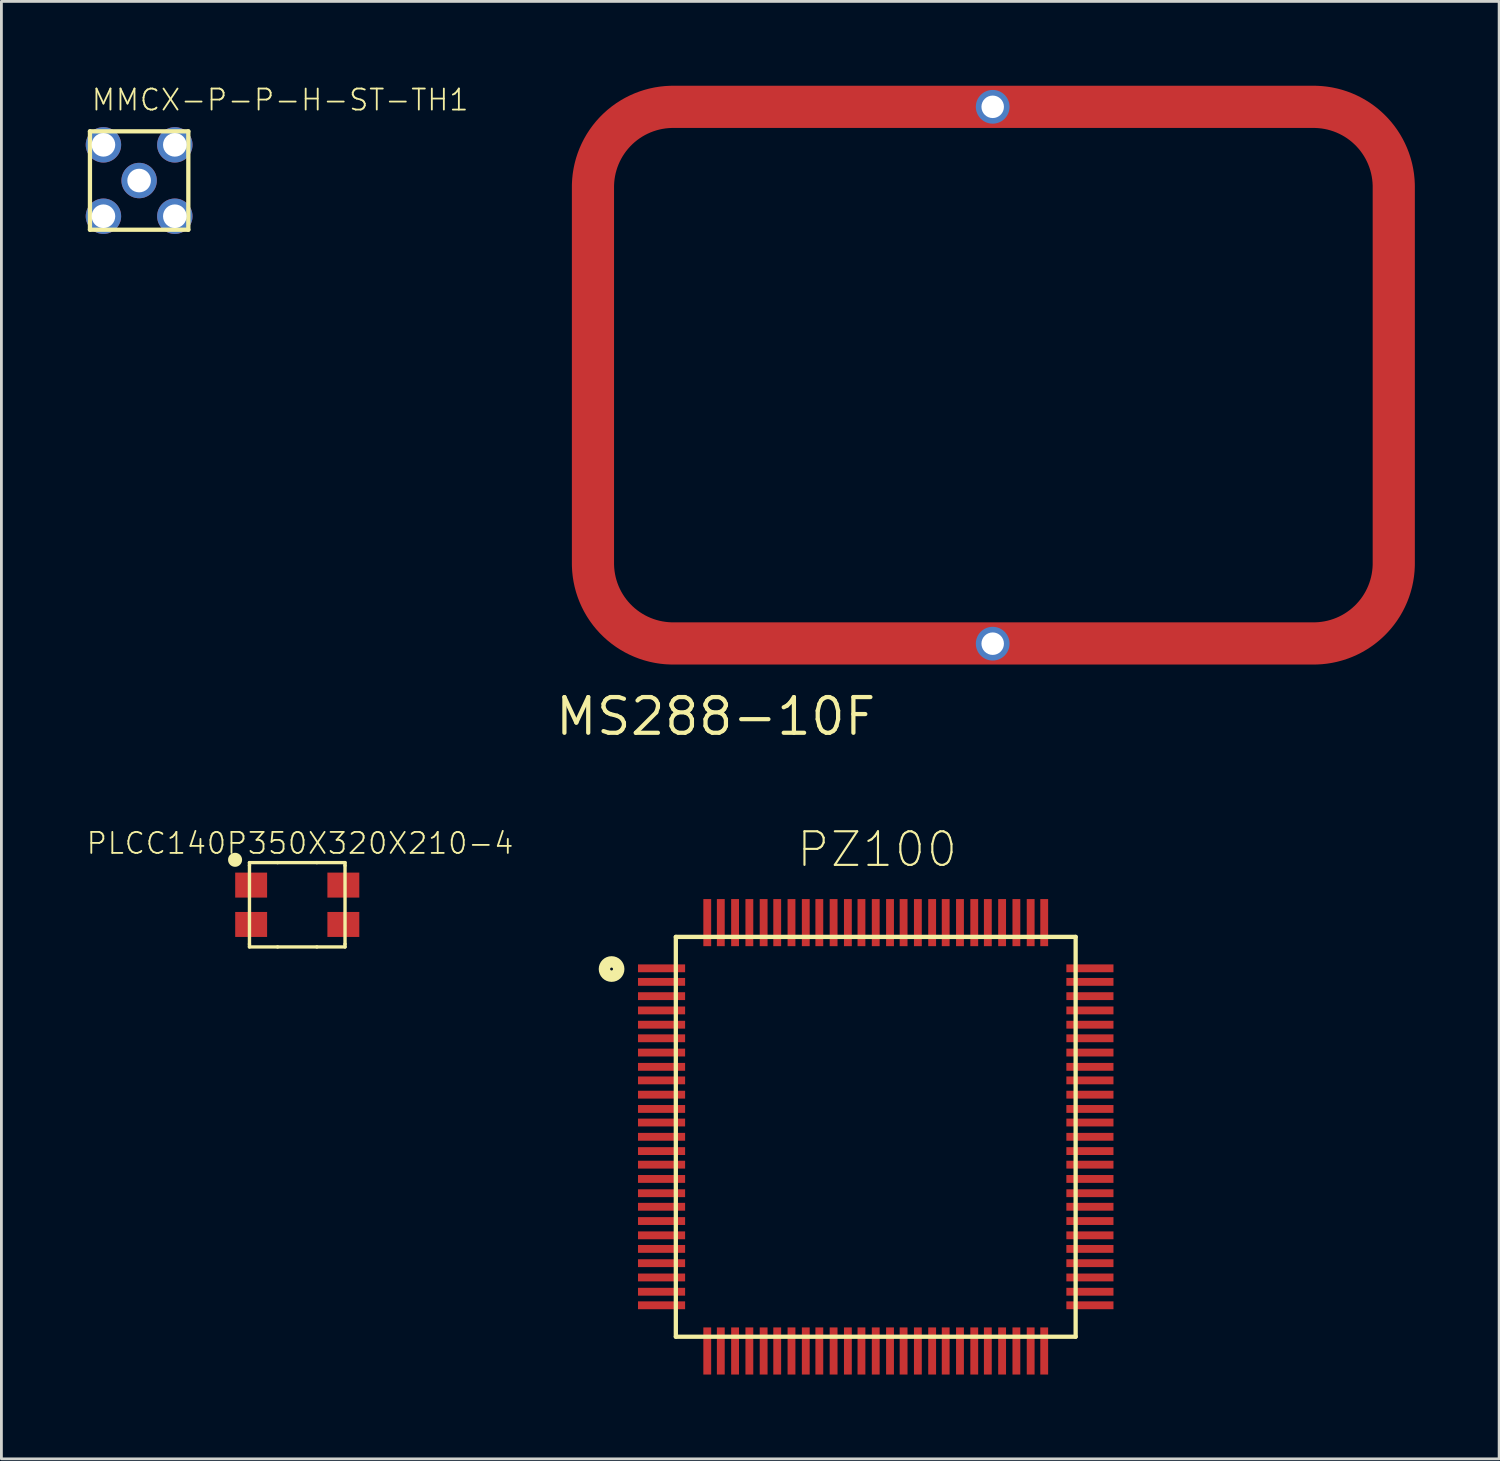
<source format=kicad_pcb>
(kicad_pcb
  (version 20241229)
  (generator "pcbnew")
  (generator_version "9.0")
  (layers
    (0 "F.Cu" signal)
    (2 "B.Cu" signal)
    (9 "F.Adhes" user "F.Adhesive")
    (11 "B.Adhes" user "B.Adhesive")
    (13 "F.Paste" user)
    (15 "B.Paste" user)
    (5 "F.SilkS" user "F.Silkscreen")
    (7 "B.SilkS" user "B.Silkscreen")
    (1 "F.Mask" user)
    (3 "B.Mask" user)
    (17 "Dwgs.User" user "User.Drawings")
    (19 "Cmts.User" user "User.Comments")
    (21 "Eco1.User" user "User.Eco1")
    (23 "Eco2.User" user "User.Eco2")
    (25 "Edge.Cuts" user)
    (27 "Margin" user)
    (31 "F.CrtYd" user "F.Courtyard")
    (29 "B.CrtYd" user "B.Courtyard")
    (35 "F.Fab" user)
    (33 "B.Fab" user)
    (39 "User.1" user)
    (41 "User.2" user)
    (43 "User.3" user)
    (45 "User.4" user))
  (footprint "MS288-10F"
    (layer "F.Cu")
    (at 18.017 19.85)
    (property "Reference" "MS288-10F" (at 4.396 2.59 0) (unlocked yes) (layer "F.SilkS") (effects (font (size 1.27 1.27) (thickness 0.15))))
    (fp_line (start 0 -2.86) (end 0 -16.25) (stroke (width 1.5) (type solid)) (layer "F.Paste"))
    (fp_line (start 2.85 -19.1) (end 25.64 -19.1) (stroke (width 1.5) (type solid)) (layer "F.Paste"))
    (fp_line (start 25.64 -0.01) (end 2.85 -0.01) (stroke (width 1.5) (type solid)) (layer "F.Paste"))
    (fp_line (start 28.49 -16.25) (end 28.49 -2.86) (stroke (width 1.5) (type solid)) (layer "F.Paste"))
    (pad "1" thru_hole circle (at 14.25 -19.1) (size 1.2 1.2) (drill 0.8) (layers "*.Cu" "*.Mask"))
    (pad "1" smd custom (at 14.25 -19.1) (size 1.2 1.2) (layers "F.Cu" "F.Mask" "F.Paste") (options (anchor circle)) (primitives (gr_poly (pts (arc (start -11.371254 0.000746) (mid -13.386508 0.835492) (end -14.221254 2.850746)) (arc (start -14.221254 16.240746) (mid -13.386508 18.256) (end -11.371254 19.090746)) (arc (start 11.418746 19.090746) (mid 13.433999 18.255999) (end 14.268746 16.240746)) (arc (start 14.268746 2.850746) (mid 13.433998 0.835494) (end 11.418746 0.000746))) (width 1.5) (fill no)) (gr_poly (pts (arc (start -11.371254 0.002) (mid -13.386508 0.836746) (end -14.221254 2.852)) (arc (start -14.221254 16.242) (mid -13.386508 18.257254) (end -11.371254 19.092)) (arc (start 11.418746 19.092) (mid 13.433999 18.257253) (end 14.268746 16.242)) (arc (start 14.268746 2.852) (mid 13.433998 0.836748) (end 11.418746 0.002))) (width 1.5) (fill no))))
    (pad "1" thru_hole circle (at 14.25 0) (size 1.2 1.2) (drill 0.8) (layers "*.Cu" "*.Mask")))
  (footprint "PZ100"
    (layer "F.Cu")
    (at 28.106 37.394)
    (property "Reference" "PZ100" (at -2.87 -9.525 0) (unlocked yes) (layer "F.SilkS") (effects (font (size 1.194 1.194) (thickness 0.076)) (justify left bottom)))
    (fp_line (start -7.112 -7.112) (end -7.112 7.112) (stroke (width 0.152) (type solid)) (layer "F.SilkS"))
    (fp_line (start -7.112 7.112) (end 7.112 7.112) (stroke (width 0.152) (type solid)) (layer "F.SilkS"))
    (fp_line (start 7.112 -7.112) (end -7.112 -7.112) (stroke (width 0.152) (type solid)) (layer "F.SilkS"))
    (fp_line (start 7.112 7.112) (end 7.112 -7.112) (stroke (width 0.152) (type solid)) (layer "F.SilkS"))
    (fp_circle (center -9.398 -5.969) (end -9.144 -5.969) (stroke (width 0.406) (type solid)) (fill no) (layer "F.SilkS"))
    (pad "1" smd rect (at -7.62 -5.994 270) (size 0.279 1.676) (layers "F.Cu" "F.Mask" "F.Paste"))
    (pad "2" smd rect (at -7.62 -5.512 270) (size 0.279 1.676) (layers "F.Cu" "F.Mask" "F.Paste"))
    (pad "3" smd rect (at -7.62 -5.004 270) (size 0.279 1.676) (layers "F.Cu" "F.Mask" "F.Paste"))
    (pad "4" smd rect (at -7.62 -4.496 270) (size 0.279 1.676) (layers "F.Cu" "F.Mask" "F.Paste"))
    (pad "5" smd rect (at -7.62 -3.988 270) (size 0.279 1.676) (layers "F.Cu" "F.Mask" "F.Paste"))
    (pad "6" smd rect (at -7.62 -3.505 270) (size 0.279 1.676) (layers "F.Cu" "F.Mask" "F.Paste"))
    (pad "7" smd rect (at -7.62 -2.997 270) (size 0.279 1.676) (layers "F.Cu" "F.Mask" "F.Paste"))
    (pad "8" smd rect (at -7.62 -2.489 270) (size 0.279 1.676) (layers "F.Cu" "F.Mask" "F.Paste"))
    (pad "9" smd rect (at -7.62 -2.007 270) (size 0.279 1.676) (layers "F.Cu" "F.Mask" "F.Paste"))
    (pad "10" smd rect (at -7.62 -1.499 270) (size 0.279 1.676) (layers "F.Cu" "F.Mask" "F.Paste"))
    (pad "11" smd rect (at -7.62 -0.991 270) (size 0.279 1.676) (layers "F.Cu" "F.Mask" "F.Paste"))
    (pad "12" smd rect (at -7.62 -0.508 270) (size 0.279 1.676) (layers "F.Cu" "F.Mask" "F.Paste"))
    (pad "13" smd rect (at -7.62 0 270) (size 0.279 1.676) (layers "F.Cu" "F.Mask" "F.Paste"))
    (pad "14" smd rect (at -7.62 0.508 270) (size 0.279 1.676) (layers "F.Cu" "F.Mask" "F.Paste"))
    (pad "15" smd rect (at -7.62 0.991 270) (size 0.279 1.676) (layers "F.Cu" "F.Mask" "F.Paste"))
    (pad "16" smd rect (at -7.62 1.499 270) (size 0.279 1.676) (layers "F.Cu" "F.Mask" "F.Paste"))
    (pad "17" smd rect (at -7.62 2.007 270) (size 0.279 1.676) (layers "F.Cu" "F.Mask" "F.Paste"))
    (pad "18" smd rect (at -7.62 2.489 270) (size 0.279 1.676) (layers "F.Cu" "F.Mask" "F.Paste"))
    (pad "19" smd rect (at -7.62 2.997 270) (size 0.279 1.676) (layers "F.Cu" "F.Mask" "F.Paste"))
    (pad "20" smd rect (at -7.62 3.505 270) (size 0.279 1.676) (layers "F.Cu" "F.Mask" "F.Paste"))
    (pad "21" smd rect (at -7.62 3.988 270) (size 0.279 1.676) (layers "F.Cu" "F.Mask" "F.Paste"))
    (pad "22" smd rect (at -7.62 4.496 270) (size 0.279 1.676) (layers "F.Cu" "F.Mask" "F.Paste"))
    (pad "23" smd rect (at -7.62 5.004 270) (size 0.279 1.676) (layers "F.Cu" "F.Mask" "F.Paste"))
    (pad "24" smd rect (at -7.62 5.512 270) (size 0.279 1.676) (layers "F.Cu" "F.Mask" "F.Paste"))
    (pad "25" smd rect (at -7.62 5.994 270) (size 0.279 1.676) (layers "F.Cu" "F.Mask" "F.Paste"))
    (pad "26" smd rect (at -5.994 7.62 180) (size 0.279 1.676) (layers "F.Cu" "F.Mask" "F.Paste"))
    (pad "27" smd rect (at -5.512 7.62 180) (size 0.279 1.676) (layers "F.Cu" "F.Mask" "F.Paste"))
    (pad "28" smd rect (at -5.004 7.62 180) (size 0.279 1.676) (layers "F.Cu" "F.Mask" "F.Paste"))
    (pad "29" smd rect (at -4.496 7.62 180) (size 0.279 1.676) (layers "F.Cu" "F.Mask" "F.Paste"))
    (pad "30" smd rect (at -3.988 7.62 180) (size 0.279 1.676) (layers "F.Cu" "F.Mask" "F.Paste"))
    (pad "31" smd rect (at -3.505 7.62 180) (size 0.279 1.676) (layers "F.Cu" "F.Mask" "F.Paste"))
    (pad "32" smd rect (at -2.997 7.62 180) (size 0.279 1.676) (layers "F.Cu" "F.Mask" "F.Paste"))
    (pad "33" smd rect (at -2.489 7.62 180) (size 0.279 1.676) (layers "F.Cu" "F.Mask" "F.Paste"))
    (pad "34" smd rect (at -2.007 7.62 180) (size 0.279 1.676) (layers "F.Cu" "F.Mask" "F.Paste"))
    (pad "35" smd rect (at -1.499 7.62 180) (size 0.279 1.676) (layers "F.Cu" "F.Mask" "F.Paste"))
    (pad "36" smd rect (at -0.991 7.62 180) (size 0.279 1.676) (layers "F.Cu" "F.Mask" "F.Paste"))
    (pad "37" smd rect (at -0.508 7.62 180) (size 0.279 1.676) (layers "F.Cu" "F.Mask" "F.Paste"))
    (pad "38" smd rect (at 0 7.62 180) (size 0.279 1.676) (layers "F.Cu" "F.Mask" "F.Paste"))
    (pad "39" smd rect (at 0.508 7.62 180) (size 0.279 1.676) (layers "F.Cu" "F.Mask" "F.Paste"))
    (pad "40" smd rect (at 0.991 7.62 180) (size 0.279 1.676) (layers "F.Cu" "F.Mask" "F.Paste"))
    (pad "41" smd rect (at 1.499 7.62 180) (size 0.279 1.676) (layers "F.Cu" "F.Mask" "F.Paste"))
    (pad "42" smd rect (at 2.007 7.62 180) (size 0.279 1.676) (layers "F.Cu" "F.Mask" "F.Paste"))
    (pad "43" smd rect (at 2.489 7.62 180) (size 0.279 1.676) (layers "F.Cu" "F.Mask" "F.Paste"))
    (pad "44" smd rect (at 2.997 7.62 180) (size 0.279 1.676) (layers "F.Cu" "F.Mask" "F.Paste"))
    (pad "45" smd rect (at 3.505 7.62 180) (size 0.279 1.676) (layers "F.Cu" "F.Mask" "F.Paste"))
    (pad "46" smd rect (at 3.988 7.62 180) (size 0.279 1.676) (layers "F.Cu" "F.Mask" "F.Paste"))
    (pad "47" smd rect (at 4.496 7.62 180) (size 0.279 1.676) (layers "F.Cu" "F.Mask" "F.Paste"))
    (pad "48" smd rect (at 5.004 7.62 180) (size 0.279 1.676) (layers "F.Cu" "F.Mask" "F.Paste"))
    (pad "49" smd rect (at 5.512 7.62 180) (size 0.279 1.676) (layers "F.Cu" "F.Mask" "F.Paste"))
    (pad "50" smd rect (at 5.994 7.62 180) (size 0.279 1.676) (layers "F.Cu" "F.Mask" "F.Paste"))
    (pad "51" smd rect (at 7.62 5.994 270) (size 0.279 1.676) (layers "F.Cu" "F.Mask" "F.Paste"))
    (pad "52" smd rect (at 7.62 5.512 270) (size 0.279 1.676) (layers "F.Cu" "F.Mask" "F.Paste"))
    (pad "53" smd rect (at 7.62 5.004 270) (size 0.279 1.676) (layers "F.Cu" "F.Mask" "F.Paste"))
    (pad "54" smd rect (at 7.62 4.496 270) (size 0.279 1.676) (layers "F.Cu" "F.Mask" "F.Paste"))
    (pad "55" smd rect (at 7.62 3.988 270) (size 0.279 1.676) (layers "F.Cu" "F.Mask" "F.Paste"))
    (pad "56" smd rect (at 7.62 3.505 270) (size 0.279 1.676) (layers "F.Cu" "F.Mask" "F.Paste"))
    (pad "57" smd rect (at 7.62 2.997 270) (size 0.279 1.676) (layers "F.Cu" "F.Mask" "F.Paste"))
    (pad "58" smd rect (at 7.62 2.489 270) (size 0.279 1.676) (layers "F.Cu" "F.Mask" "F.Paste"))
    (pad "59" smd rect (at 7.62 2.007 270) (size 0.279 1.676) (layers "F.Cu" "F.Mask" "F.Paste"))
    (pad "60" smd rect (at 7.62 1.499 270) (size 0.279 1.676) (layers "F.Cu" "F.Mask" "F.Paste"))
    (pad "61" smd rect (at 7.62 0.991 270) (size 0.279 1.676) (layers "F.Cu" "F.Mask" "F.Paste"))
    (pad "62" smd rect (at 7.62 0.508 270) (size 0.279 1.676) (layers "F.Cu" "F.Mask" "F.Paste"))
    (pad "63" smd rect (at 7.62 0 270) (size 0.279 1.676) (layers "F.Cu" "F.Mask" "F.Paste"))
    (pad "64" smd rect (at 7.62 -0.508 270) (size 0.279 1.676) (layers "F.Cu" "F.Mask" "F.Paste"))
    (pad "65" smd rect (at 7.62 -0.991 270) (size 0.279 1.676) (layers "F.Cu" "F.Mask" "F.Paste"))
    (pad "66" smd rect (at 7.62 -1.499 270) (size 0.279 1.676) (layers "F.Cu" "F.Mask" "F.Paste"))
    (pad "67" smd rect (at 7.62 -2.007 270) (size 0.279 1.676) (layers "F.Cu" "F.Mask" "F.Paste"))
    (pad "68" smd rect (at 7.62 -2.489 270) (size 0.279 1.676) (layers "F.Cu" "F.Mask" "F.Paste"))
    (pad "69" smd rect (at 7.62 -2.997 270) (size 0.279 1.676) (layers "F.Cu" "F.Mask" "F.Paste"))
    (pad "70" smd rect (at 7.62 -3.505 270) (size 0.279 1.676) (layers "F.Cu" "F.Mask" "F.Paste"))
    (pad "71" smd rect (at 7.62 -3.988 270) (size 0.279 1.676) (layers "F.Cu" "F.Mask" "F.Paste"))
    (pad "72" smd rect (at 7.62 -4.496 270) (size 0.279 1.676) (layers "F.Cu" "F.Mask" "F.Paste"))
    (pad "73" smd rect (at 7.62 -5.004 270) (size 0.279 1.676) (layers "F.Cu" "F.Mask" "F.Paste"))
    (pad "74" smd rect (at 7.62 -5.512 270) (size 0.279 1.676) (layers "F.Cu" "F.Mask" "F.Paste"))
    (pad "75" smd rect (at 7.62 -5.994 270) (size 0.279 1.676) (layers "F.Cu" "F.Mask" "F.Paste"))
    (pad "76" smd rect (at 5.994 -7.62 180) (size 0.279 1.676) (layers "F.Cu" "F.Mask" "F.Paste"))
    (pad "77" smd rect (at 5.512 -7.62 180) (size 0.279 1.676) (layers "F.Cu" "F.Mask" "F.Paste"))
    (pad "78" smd rect (at 5.004 -7.62 180) (size 0.279 1.676) (layers "F.Cu" "F.Mask" "F.Paste"))
    (pad "79" smd rect (at 4.496 -7.62 180) (size 0.279 1.676) (layers "F.Cu" "F.Mask" "F.Paste"))
    (pad "80" smd rect (at 3.988 -7.62 180) (size 0.279 1.676) (layers "F.Cu" "F.Mask" "F.Paste"))
    (pad "81" smd rect (at 3.505 -7.62 180) (size 0.279 1.676) (layers "F.Cu" "F.Mask" "F.Paste"))
    (pad "82" smd rect (at 2.997 -7.62 180) (size 0.279 1.676) (layers "F.Cu" "F.Mask" "F.Paste"))
    (pad "83" smd rect (at 2.489 -7.62 180) (size 0.279 1.676) (layers "F.Cu" "F.Mask" "F.Paste"))
    (pad "84" smd rect (at 2.007 -7.62 180) (size 0.279 1.676) (layers "F.Cu" "F.Mask" "F.Paste"))
    (pad "85" smd rect (at 1.499 -7.62 180) (size 0.279 1.676) (layers "F.Cu" "F.Mask" "F.Paste"))
    (pad "86" smd rect (at 0.991 -7.62 180) (size 0.279 1.676) (layers "F.Cu" "F.Mask" "F.Paste"))
    (pad "87" smd rect (at 0.508 -7.62 180) (size 0.279 1.676) (layers "F.Cu" "F.Mask" "F.Paste"))
    (pad "88" smd rect (at 0 -7.62 180) (size 0.279 1.676) (layers "F.Cu" "F.Mask" "F.Paste"))
    (pad "89" smd rect (at -0.508 -7.62 180) (size 0.279 1.676) (layers "F.Cu" "F.Mask" "F.Paste"))
    (pad "90" smd rect (at -0.991 -7.62 180) (size 0.279 1.676) (layers "F.Cu" "F.Mask" "F.Paste"))
    (pad "91" smd rect (at -1.499 -7.62 180) (size 0.279 1.676) (layers "F.Cu" "F.Mask" "F.Paste"))
    (pad "92" smd rect (at -2.007 -7.62 180) (size 0.279 1.676) (layers "F.Cu" "F.Mask" "F.Paste"))
    (pad "93" smd rect (at -2.489 -7.62 180) (size 0.279 1.676) (layers "F.Cu" "F.Mask" "F.Paste"))
    (pad "94" smd rect (at -2.997 -7.62 180) (size 0.279 1.676) (layers "F.Cu" "F.Mask" "F.Paste"))
    (pad "95" smd rect (at -3.505 -7.62 180) (size 0.279 1.676) (layers "F.Cu" "F.Mask" "F.Paste"))
    (pad "96" smd rect (at -3.988 -7.62 180) (size 0.279 1.676) (layers "F.Cu" "F.Mask" "F.Paste"))
    (pad "97" smd rect (at -4.496 -7.62 180) (size 0.279 1.676) (layers "F.Cu" "F.Mask" "F.Paste"))
    (pad "98" smd rect (at -5.004 -7.62 180) (size 0.279 1.676) (layers "F.Cu" "F.Mask" "F.Paste"))
    (pad "99" smd rect (at -5.512 -7.62 180) (size 0.279 1.676) (layers "F.Cu" "F.Mask" "F.Paste"))
    (pad "100" smd rect (at -5.994 -7.62 180) (size 0.279 1.676) (layers "F.Cu" "F.Mask" "F.Paste")))
  (footprint "MMCX-P-P-H-ST-TH1"
    (layer "F.Cu")
    (at 1.9 3.373)
    (property "Reference" "MMCX-P-P-H-ST-TH1" (at -1.74 -2.43 0) (unlocked yes) (layer "F.SilkS") (effects (font (size 0.748 0.748) (thickness 0.065)) (justify left bottom)))
    (fp_line (start -1.75 -1.75) (end 1.75 -1.75) (stroke (width 0.152) (type solid)) (layer "F.SilkS"))
    (fp_line (start -1.75 1.75) (end -1.75 -1.75) (stroke (width 0.152) (type solid)) (layer "F.SilkS"))
    (fp_line (start 1.75 -1.75) (end 1.75 1.75) (stroke (width 0.152) (type solid)) (layer "F.SilkS"))
    (fp_line (start 1.75 1.75) (end -1.75 1.75) (stroke (width 0.152) (type solid)) (layer "F.SilkS"))
    (pad "P$1" thru_hole circle (at -1.27 -1.27) (size 1.26 1.26) (drill 0.84) (layers "*.Cu" "*.Mask"))
    (pad "P$2" thru_hole circle (at 1.27 -1.27) (size 1.26 1.26) (drill 0.84) (layers "*.Cu" "*.Mask"))
    (pad "P$3" thru_hole circle (at -1.27 1.27) (size 1.26 1.26) (drill 0.84) (layers "*.Cu" "*.Mask"))
    (pad "P$4" thru_hole circle (at 1.27 1.27) (size 1.26 1.26) (drill 0.84) (layers "*.Cu" "*.Mask"))
    (pad "PIN" thru_hole circle (at 0 0) (size 1.26 1.26) (drill 0.84) (layers "*.Cu" "*.Mask")))
  (footprint "PLCC140P350X320X210-4"
    (layer "F.Cu")
    (at 7.525 29.139)
    (property "Reference" "PLCC140P350X320X210-4" (at 0.1 -1.75 0) (unlocked yes) (layer "F.SilkS") (effects (font (size 0.748 0.748) (thickness 0.065)) (justify bottom)))
    (fp_line (start -1.7 -1.5) (end -0.699 -1.5) (stroke (width 0.12) (type solid)) (layer "F.SilkS"))
    (fp_line (start -1.7 -1.399) (end -1.7 -1.5) (stroke (width 0.12) (type solid)) (layer "F.SilkS"))
    (fp_line (start -1.7 1.399) (end -1.7 -1.399) (stroke (width 0.12) (type solid)) (layer "F.SilkS"))
    (fp_line (start -1.7 1.399) (end -1.7 1.5) (stroke (width 0.12) (type solid)) (layer "F.SilkS"))
    (fp_line (start -1.7 1.5) (end -0.699 1.5) (stroke (width 0.12) (type solid)) (layer "F.SilkS"))
    (fp_line (start -0.699 -1.5) (end 0.699 -1.5) (stroke (width 0.12) (type solid)) (layer "F.SilkS"))
    (fp_line (start 0.699 1.5) (end -0.699 1.5) (stroke (width 0.12) (type solid)) (layer "F.SilkS"))
    (fp_line (start 1.7 -1.5) (end 0.699 -1.5) (stroke (width 0.12) (type solid)) (layer "F.SilkS"))
    (fp_line (start 1.7 -1.399) (end 1.7 -1.5) (stroke (width 0.12) (type solid)) (layer "F.SilkS"))
    (fp_line (start 1.7 -1.399) (end 1.7 1.399) (stroke (width 0.12) (type solid)) (layer "F.SilkS"))
    (fp_line (start 1.7 1.399) (end 1.7 1.5) (stroke (width 0.12) (type solid)) (layer "F.SilkS"))
    (fp_line (start 1.7 1.5) (end 0.699 1.5) (stroke (width 0.12) (type solid)) (layer "F.SilkS"))
    (fp_circle (center -2.212 -1.6) (end -2.087 -1.6) (stroke (width 0.25) (type solid)) (fill yes) (layer "F.SilkS"))
    (pad "1" smd rect (at -1.64 -0.7) (size 1.135 0.889) (layers "F.Cu" "F.Mask" "F.Paste"))
    (pad "2" smd rect (at -1.64 0.7) (size 1.135 0.889) (layers "F.Cu" "F.Mask" "F.Paste"))
    (pad "3" smd rect (at 1.64 0.7) (size 1.135 0.889) (layers "F.Cu" "F.Mask" "F.Paste"))
    (pad "4" smd rect (at 1.64 -0.7) (size 1.135 0.889) (layers "F.Cu" "F.Mask" "F.Paste")))
  (gr_rect
    (start -3 -3)
    (end 50.285 48.852)
    (stroke (width 0.1) (type default))
    (fill no)
    (layer "Edge.Cuts")))
</source>
